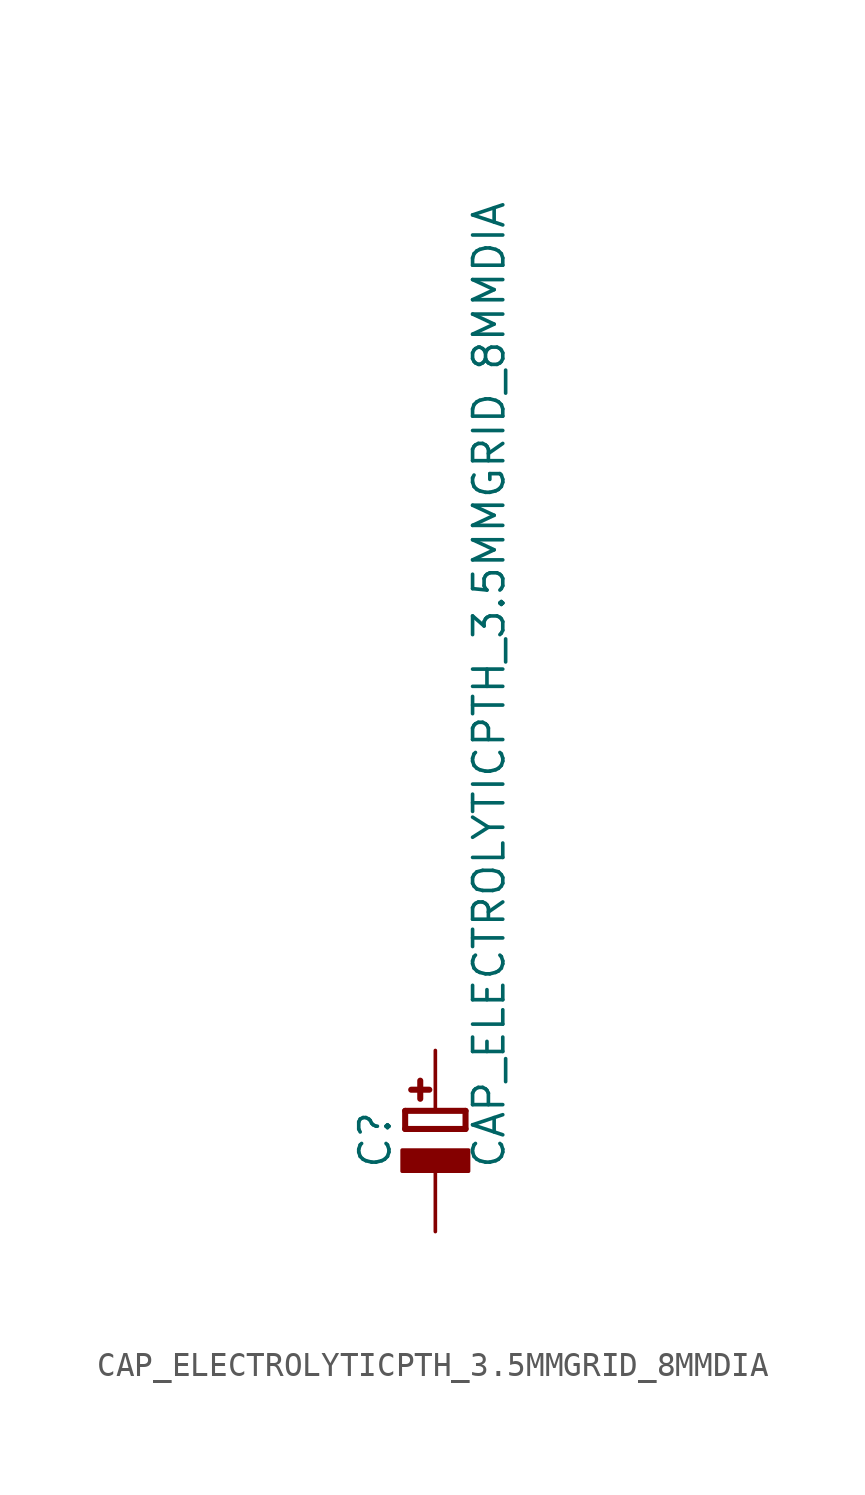
<source format=kicad_sym>
(kicad_symbol_lib
  (version 20211014)
  (generator kicad_symbol_editor)
  (symbol "CAP_ELECTROLYTICPTH_3.5MMGRID_8MMDIA"
    (property "Reference" "C"
      (at -1.79 0.04 90)
      (effects (font (size 1.27 1.27)) (justify left bottom)))
    (property "Value" "CAP_ELECTROLYTICPTH_3.5MMGRID_8MMDIA"
      (at 3 0.04 90)
      (effects (font (size 1.27 1.27)) (justify left bottom)))
    (property "ki_locked" ""
      (at 0 0 0)
      (effects (font (size 1.27 1.27))))
    (symbol "CAP_ELECTROLYTICPTH_3.5MMGRID_8MMDIA_1_0"
      (rectangle (start -1.397 0) (end 1.397 0.889) (stroke (width 0) (type default) (color 0 0 0 0)) (fill (type outline)))
      (polyline (pts (xy -1.27 1.778) (xy -1.27 2.54)) (stroke (width 0.254) (type default) (color 0 0 0 0)) (fill (type none)))
      (polyline (pts (xy -1.27 2.54) (xy 1.27 2.54)) (stroke (width 0.254) (type default) (color 0 0 0 0)) (fill (type none)))
      (polyline (pts (xy -1.016 3.429) (xy -0.254 3.429)) (stroke (width 0.254) (type default) (color 0 0 0 0)) (fill (type none)))
      (polyline (pts (xy -0.635 3.81) (xy -0.635 3.048)) (stroke (width 0.254) (type default) (color 0 0 0 0)) (fill (type none)))
      (polyline (pts (xy 1.27 1.778) (xy -1.27 1.778)) (stroke (width 0.254) (type default) (color 0 0 0 0)) (fill (type none)))
      (polyline (pts (xy 1.27 2.54) (xy 1.27 1.778)) (stroke (width 0.254) (type default) (color 0 0 0 0)) (fill (type none)))
      (pin passive line (at 0 5.08 270) (length 2.54) (name "+" (effects (font (size 0 0)))) (number "+" (effects (font (size 0 0)))))
      (pin passive line (at 0 -2.54 90) (length 2.54) (name "-" (effects (font (size 0 0)))) (number "-" (effects (font (size 0 0))))))))
</source>
